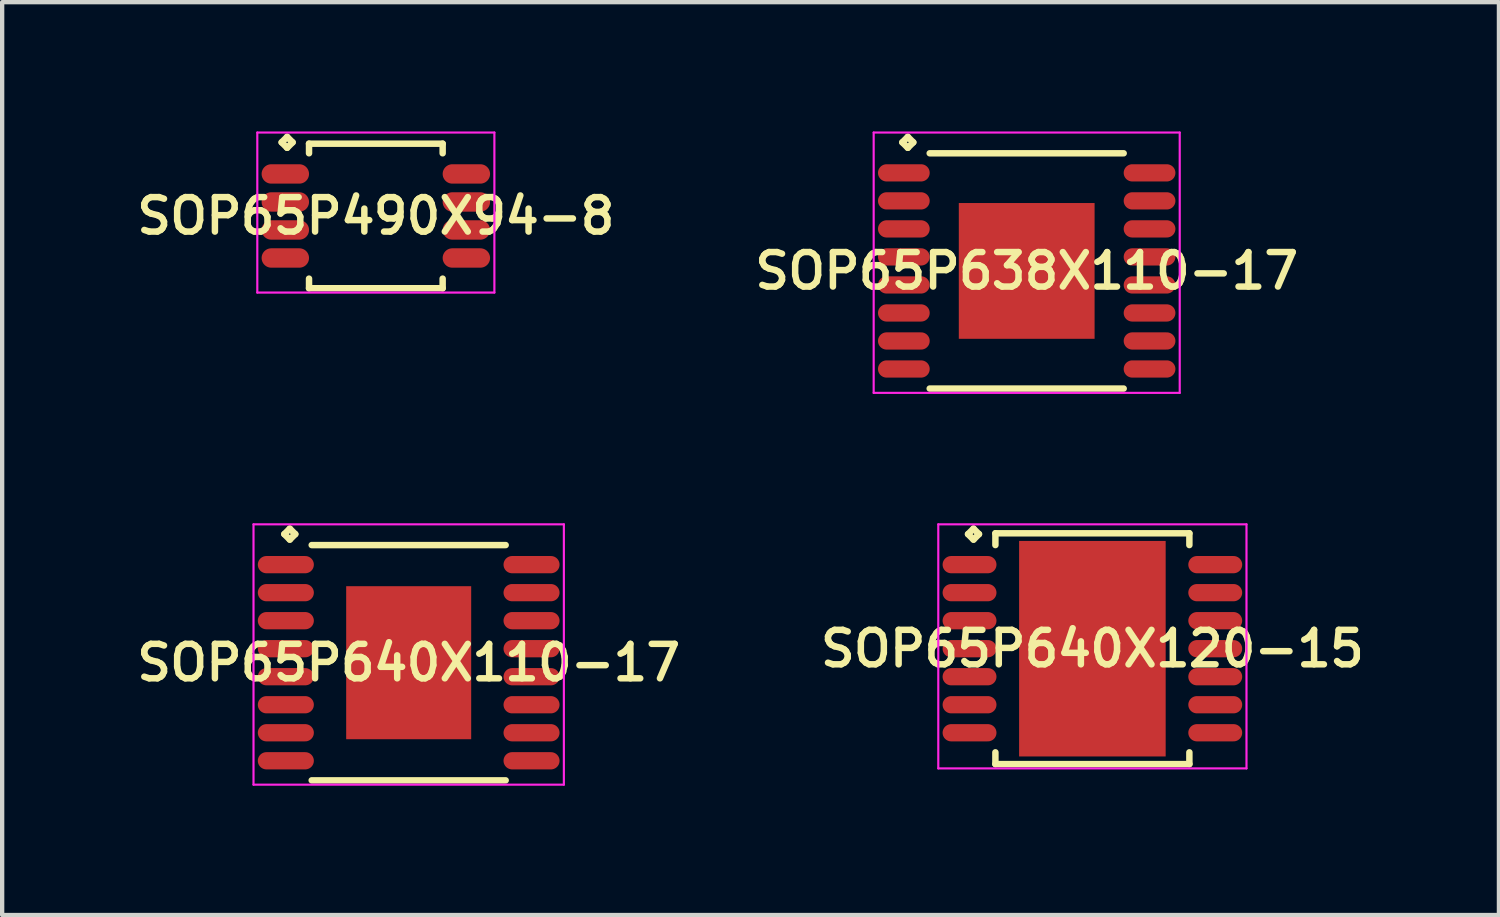
<source format=kicad_pcb>
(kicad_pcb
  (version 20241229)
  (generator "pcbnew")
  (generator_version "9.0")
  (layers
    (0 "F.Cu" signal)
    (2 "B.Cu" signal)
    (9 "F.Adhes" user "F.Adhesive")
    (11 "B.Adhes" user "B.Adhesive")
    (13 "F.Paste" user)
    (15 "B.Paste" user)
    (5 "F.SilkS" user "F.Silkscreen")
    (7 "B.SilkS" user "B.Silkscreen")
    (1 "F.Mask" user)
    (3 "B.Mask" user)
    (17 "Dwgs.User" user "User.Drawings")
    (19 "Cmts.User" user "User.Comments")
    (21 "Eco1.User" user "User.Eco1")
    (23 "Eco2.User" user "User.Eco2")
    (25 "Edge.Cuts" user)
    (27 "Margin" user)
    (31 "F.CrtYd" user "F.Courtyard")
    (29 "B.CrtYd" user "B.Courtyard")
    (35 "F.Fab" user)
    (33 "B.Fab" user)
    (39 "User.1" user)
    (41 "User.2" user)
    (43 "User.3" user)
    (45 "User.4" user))
  (footprint "SOP65P640X120-15"
    (layer "F.Cu")
    (at 22.292 11.999)
    (property "Reference" "SOP65P640X120-15" (at 0 0 0) (layer "F.SilkS") (effects (font (size 0.8 0.8) (thickness 0.15))))
    (attr smd)
    (fp_line (start -2.885 -2.658) (end -2.758 -2.785) (stroke (width 0.15) (type solid)) (layer "F.SilkS"))
    (fp_line (start -2.758 -2.785) (end -2.631 -2.658) (stroke (width 0.15) (type solid)) (layer "F.SilkS"))
    (fp_line (start -2.758 -2.531) (end -2.885 -2.658) (stroke (width 0.15) (type solid)) (layer "F.SilkS"))
    (fp_line (start -2.631 -2.658) (end -2.758 -2.531) (stroke (width 0.15) (type solid)) (layer "F.SilkS"))
    (fp_line (start -2.25 -2.677) (end 2.25 -2.677) (stroke (width 0.15) (type solid)) (layer "F.SilkS"))
    (fp_line (start -2.25 -2.404) (end -2.25 -2.677) (stroke (width 0.15) (type solid)) (layer "F.SilkS"))
    (fp_line (start -2.25 2.404) (end -2.25 2.677) (stroke (width 0.15) (type solid)) (layer "F.SilkS"))
    (fp_line (start -2.25 2.677) (end 2.25 2.677) (stroke (width 0.15) (type solid)) (layer "F.SilkS"))
    (fp_line (start 2.25 -2.677) (end 2.25 -2.404) (stroke (width 0.15) (type solid)) (layer "F.SilkS"))
    (fp_line (start 2.25 2.677) (end 2.25 2.404) (stroke (width 0.15) (type solid)) (layer "F.SilkS"))
    (fp_line (start -3.575 -2.885) (end 3.575 -2.885) (stroke (width 0.05) (type solid)) (layer "F.CrtYd"))
    (fp_line (start -3.575 2.777) (end -3.575 -2.885) (stroke (width 0.05) (type solid)) (layer "F.CrtYd"))
    (fp_line (start 3.575 -2.885) (end 3.575 2.777) (stroke (width 0.05) (type solid)) (layer "F.CrtYd"))
    (fp_line (start 3.575 2.777) (end -3.575 2.777) (stroke (width 0.05) (type solid)) (layer "F.CrtYd"))
    (pad "1" smd oval (at -2.85 -1.95) (size 1.25 0.4) (layers "F.Cu" "F.Mask" "F.Paste"))
    (pad "2" smd oval (at -2.85 -1.3) (size 1.25 0.4) (layers "F.Cu" "F.Mask" "F.Paste"))
    (pad "3" smd oval (at -2.85 -0.65) (size 1.25 0.4) (layers "F.Cu" "F.Mask" "F.Paste"))
    (pad "4" smd oval (at -2.85 0) (size 1.25 0.4) (layers "F.Cu" "F.Mask" "F.Paste"))
    (pad "5" smd oval (at -2.85 0.65) (size 1.25 0.4) (layers "F.Cu" "F.Mask" "F.Paste"))
    (pad "6" smd oval (at -2.85 1.3) (size 1.25 0.4) (layers "F.Cu" "F.Mask" "F.Paste"))
    (pad "7" smd oval (at -2.85 1.95) (size 1.25 0.4) (layers "F.Cu" "F.Mask" "F.Paste"))
    (pad "8" smd oval (at 2.85 1.95) (size 1.25 0.4) (layers "F.Cu" "F.Mask" "F.Paste"))
    (pad "9" smd oval (at 2.85 1.3) (size 1.25 0.4) (layers "F.Cu" "F.Mask" "F.Paste"))
    (pad "10" smd oval (at 2.85 0.65) (size 1.25 0.4) (layers "F.Cu" "F.Mask" "F.Paste"))
    (pad "11" smd oval (at 2.85 0) (size 1.25 0.4) (layers "F.Cu" "F.Mask" "F.Paste"))
    (pad "12" smd oval (at 2.85 -0.65) (size 1.25 0.4) (layers "F.Cu" "F.Mask" "F.Paste"))
    (pad "13" smd oval (at 2.85 -1.3) (size 1.25 0.4) (layers "F.Cu" "F.Mask" "F.Paste"))
    (pad "14" smd oval (at 2.85 -1.95) (size 1.25 0.4) (layers "F.Cu" "F.Mask" "F.Paste"))
    (pad "15" smd rect (at 0 0) (size 3.4 5) (layers "F.Cu" "F.Mask" "F.Paste")))
  (footprint "SOP65P638X110-17"
    (layer "F.Cu")
    (at 20.768 3.235)
    (property "Reference" "SOP65P638X110-17" (at 0 0 0) (layer "F.SilkS") (effects (font (size 0.8 0.8) (thickness 0.15))))
    (attr smd)
    (fp_line (start -2.885 -2.983) (end -2.758 -3.11) (stroke (width 0.15) (type solid)) (layer "F.SilkS"))
    (fp_line (start -2.758 -3.11) (end -2.631 -2.983) (stroke (width 0.15) (type solid)) (layer "F.SilkS"))
    (fp_line (start -2.758 -2.856) (end -2.885 -2.983) (stroke (width 0.15) (type solid)) (layer "F.SilkS"))
    (fp_line (start -2.631 -2.983) (end -2.758 -2.856) (stroke (width 0.15) (type solid)) (layer "F.SilkS"))
    (fp_line (start -2.25 -2.729) (end 2.25 -2.729) (stroke (width 0.15) (type solid)) (layer "F.SilkS"))
    (fp_line (start -2.25 2.729) (end 2.25 2.729) (stroke (width 0.15) (type solid)) (layer "F.SilkS"))
    (fp_line (start -3.55 -3.21) (end 3.55 -3.21) (stroke (width 0.05) (type solid)) (layer "F.CrtYd"))
    (fp_line (start -3.55 2.829) (end -3.55 -3.21) (stroke (width 0.05) (type solid)) (layer "F.CrtYd"))
    (fp_line (start 3.55 -3.21) (end 3.55 2.829) (stroke (width 0.05) (type solid)) (layer "F.CrtYd"))
    (fp_line (start 3.55 2.829) (end -3.55 2.829) (stroke (width 0.05) (type solid)) (layer "F.CrtYd"))
    (pad "1" smd oval (at -2.85 -2.275) (size 1.2 0.4) (layers "F.Cu" "F.Mask" "F.Paste"))
    (pad "2" smd oval (at -2.85 -1.625) (size 1.2 0.4) (layers "F.Cu" "F.Mask" "F.Paste"))
    (pad "3" smd oval (at -2.85 -0.975) (size 1.2 0.4) (layers "F.Cu" "F.Mask" "F.Paste"))
    (pad "4" smd oval (at -2.85 -0.325) (size 1.2 0.4) (layers "F.Cu" "F.Mask" "F.Paste"))
    (pad "5" smd oval (at -2.85 0.325) (size 1.2 0.4) (layers "F.Cu" "F.Mask" "F.Paste"))
    (pad "6" smd oval (at -2.85 0.975) (size 1.2 0.4) (layers "F.Cu" "F.Mask" "F.Paste"))
    (pad "7" smd oval (at -2.85 1.625) (size 1.2 0.4) (layers "F.Cu" "F.Mask" "F.Paste"))
    (pad "8" smd oval (at -2.85 2.275) (size 1.2 0.4) (layers "F.Cu" "F.Mask" "F.Paste"))
    (pad "9" smd oval (at 2.85 2.275) (size 1.2 0.4) (layers "F.Cu" "F.Mask" "F.Paste"))
    (pad "10" smd oval (at 2.85 1.625) (size 1.2 0.4) (layers "F.Cu" "F.Mask" "F.Paste"))
    (pad "11" smd oval (at 2.85 0.975) (size 1.2 0.4) (layers "F.Cu" "F.Mask" "F.Paste"))
    (pad "12" smd oval (at 2.85 0.325) (size 1.2 0.4) (layers "F.Cu" "F.Mask" "F.Paste"))
    (pad "13" smd oval (at 2.85 -0.325) (size 1.2 0.4) (layers "F.Cu" "F.Mask" "F.Paste"))
    (pad "14" smd oval (at 2.85 -0.975) (size 1.2 0.4) (layers "F.Cu" "F.Mask" "F.Paste"))
    (pad "15" smd oval (at 2.85 -1.625) (size 1.2 0.4) (layers "F.Cu" "F.Mask" "F.Paste"))
    (pad "16" smd oval (at 2.85 -2.275) (size 1.2 0.4) (layers "F.Cu" "F.Mask" "F.Paste"))
    (pad "17" smd rect (at 0 0) (size 3.15 3.15) (layers "F.Cu" "F.Mask" "F.Paste")))
  (footprint "SOP65P490X94-8"
    (layer "F.Cu")
    (at 5.669 1.96)
    (property "Reference" "SOP65P490X94-8" (at 0 0 0) (layer "F.SilkS") (effects (font (size 0.8 0.8) (thickness 0.15))))
    (attr smd)
    (fp_line (start -2.185 -1.708) (end -2.058 -1.835) (stroke (width 0.15) (type solid)) (layer "F.SilkS"))
    (fp_line (start -2.058 -1.835) (end -1.931 -1.708) (stroke (width 0.15) (type solid)) (layer "F.SilkS"))
    (fp_line (start -2.058 -1.581) (end -2.185 -1.708) (stroke (width 0.15) (type solid)) (layer "F.SilkS"))
    (fp_line (start -1.931 -1.708) (end -2.058 -1.581) (stroke (width 0.15) (type solid)) (layer "F.SilkS"))
    (fp_line (start -1.55 -1.677) (end 1.55 -1.677) (stroke (width 0.15) (type solid)) (layer "F.SilkS"))
    (fp_line (start -1.55 -1.454) (end -1.55 -1.677) (stroke (width 0.15) (type solid)) (layer "F.SilkS"))
    (fp_line (start -1.55 1.454) (end -1.55 1.677) (stroke (width 0.15) (type solid)) (layer "F.SilkS"))
    (fp_line (start -1.55 1.677) (end 1.55 1.677) (stroke (width 0.15) (type solid)) (layer "F.SilkS"))
    (fp_line (start 1.55 -1.677) (end 1.55 -1.454) (stroke (width 0.15) (type solid)) (layer "F.SilkS"))
    (fp_line (start 1.55 1.677) (end 1.55 1.454) (stroke (width 0.15) (type solid)) (layer "F.SilkS"))
    (fp_line (start -2.75 -1.935) (end 2.75 -1.935) (stroke (width 0.05) (type solid)) (layer "F.CrtYd"))
    (fp_line (start -2.75 1.777) (end -2.75 -1.935) (stroke (width 0.05) (type solid)) (layer "F.CrtYd"))
    (fp_line (start 2.75 -1.935) (end 2.75 1.777) (stroke (width 0.05) (type solid)) (layer "F.CrtYd"))
    (fp_line (start 2.75 1.777) (end -2.75 1.777) (stroke (width 0.05) (type solid)) (layer "F.CrtYd"))
    (pad "1" smd oval (at -2.1 -0.975) (size 1.1 0.45) (layers "F.Cu" "F.Mask" "F.Paste"))
    (pad "2" smd oval (at -2.1 -0.325) (size 1.1 0.45) (layers "F.Cu" "F.Mask" "F.Paste"))
    (pad "3" smd oval (at -2.1 0.325) (size 1.1 0.45) (layers "F.Cu" "F.Mask" "F.Paste"))
    (pad "4" smd oval (at -2.1 0.975) (size 1.1 0.45) (layers "F.Cu" "F.Mask" "F.Paste"))
    (pad "5" smd oval (at 2.1 0.975) (size 1.1 0.45) (layers "F.Cu" "F.Mask" "F.Paste"))
    (pad "6" smd oval (at 2.1 0.325) (size 1.1 0.45) (layers "F.Cu" "F.Mask" "F.Paste"))
    (pad "7" smd oval (at 2.1 -0.325) (size 1.1 0.45) (layers "F.Cu" "F.Mask" "F.Paste"))
    (pad "8" smd oval (at 2.1 -0.975) (size 1.1 0.45) (layers "F.Cu" "F.Mask" "F.Paste")))
  (footprint "SOP65P640X110-17"
    (layer "F.Cu")
    (at 6.431 12.324)
    (property "Reference" "SOP65P640X110-17" (at 0 0 0) (layer "F.SilkS") (effects (font (size 0.8 0.8) (thickness 0.15))))
    (attr smd)
    (fp_line (start -2.885 -2.983) (end -2.758 -3.11) (stroke (width 0.15) (type solid)) (layer "F.SilkS"))
    (fp_line (start -2.758 -3.11) (end -2.631 -2.983) (stroke (width 0.15) (type solid)) (layer "F.SilkS"))
    (fp_line (start -2.758 -2.856) (end -2.885 -2.983) (stroke (width 0.15) (type solid)) (layer "F.SilkS"))
    (fp_line (start -2.631 -2.983) (end -2.758 -2.856) (stroke (width 0.15) (type solid)) (layer "F.SilkS"))
    (fp_line (start -2.25 -2.729) (end 2.25 -2.729) (stroke (width 0.15) (type solid)) (layer "F.SilkS"))
    (fp_line (start -2.25 2.729) (end 2.25 2.729) (stroke (width 0.15) (type solid)) (layer "F.SilkS"))
    (fp_line (start -3.6 -3.21) (end 3.6 -3.21) (stroke (width 0.05) (type solid)) (layer "F.CrtYd"))
    (fp_line (start -3.6 2.829) (end -3.6 -3.21) (stroke (width 0.05) (type solid)) (layer "F.CrtYd"))
    (fp_line (start 3.6 -3.21) (end 3.6 2.829) (stroke (width 0.05) (type solid)) (layer "F.CrtYd"))
    (fp_line (start 3.6 2.829) (end -3.6 2.829) (stroke (width 0.05) (type solid)) (layer "F.CrtYd"))
    (pad "1" smd oval (at -2.85 -2.275) (size 1.3 0.4) (layers "F.Cu" "F.Mask" "F.Paste"))
    (pad "2" smd oval (at -2.85 -1.625) (size 1.3 0.4) (layers "F.Cu" "F.Mask" "F.Paste"))
    (pad "3" smd oval (at -2.85 -0.975) (size 1.3 0.4) (layers "F.Cu" "F.Mask" "F.Paste"))
    (pad "4" smd oval (at -2.85 -0.325) (size 1.3 0.4) (layers "F.Cu" "F.Mask" "F.Paste"))
    (pad "5" smd oval (at -2.85 0.325) (size 1.3 0.4) (layers "F.Cu" "F.Mask" "F.Paste"))
    (pad "6" smd oval (at -2.85 0.975) (size 1.3 0.4) (layers "F.Cu" "F.Mask" "F.Paste"))
    (pad "7" smd oval (at -2.85 1.625) (size 1.3 0.4) (layers "F.Cu" "F.Mask" "F.Paste"))
    (pad "8" smd oval (at -2.85 2.275) (size 1.3 0.4) (layers "F.Cu" "F.Mask" "F.Paste"))
    (pad "9" smd oval (at 2.85 2.275) (size 1.3 0.4) (layers "F.Cu" "F.Mask" "F.Paste"))
    (pad "10" smd oval (at 2.85 1.625) (size 1.3 0.4) (layers "F.Cu" "F.Mask" "F.Paste"))
    (pad "11" smd oval (at 2.85 0.975) (size 1.3 0.4) (layers "F.Cu" "F.Mask" "F.Paste"))
    (pad "12" smd oval (at 2.85 0.325) (size 1.3 0.4) (layers "F.Cu" "F.Mask" "F.Paste"))
    (pad "13" smd oval (at 2.85 -0.325) (size 1.3 0.4) (layers "F.Cu" "F.Mask" "F.Paste"))
    (pad "14" smd oval (at 2.85 -0.975) (size 1.3 0.4) (layers "F.Cu" "F.Mask" "F.Paste"))
    (pad "15" smd oval (at 2.85 -1.625) (size 1.3 0.4) (layers "F.Cu" "F.Mask" "F.Paste"))
    (pad "16" smd oval (at 2.85 -2.275) (size 1.3 0.4) (layers "F.Cu" "F.Mask" "F.Paste"))
    (pad "17" smd rect (at 0 0) (size 2.9 3.55) (layers "F.Cu" "F.Mask" "F.Paste")))
  (gr_rect
    (start -3 -3)
    (end 31.723 18.178)
    (stroke (width 0.1) (type default))
    (fill no)
    (layer "Edge.Cuts")))
</source>
